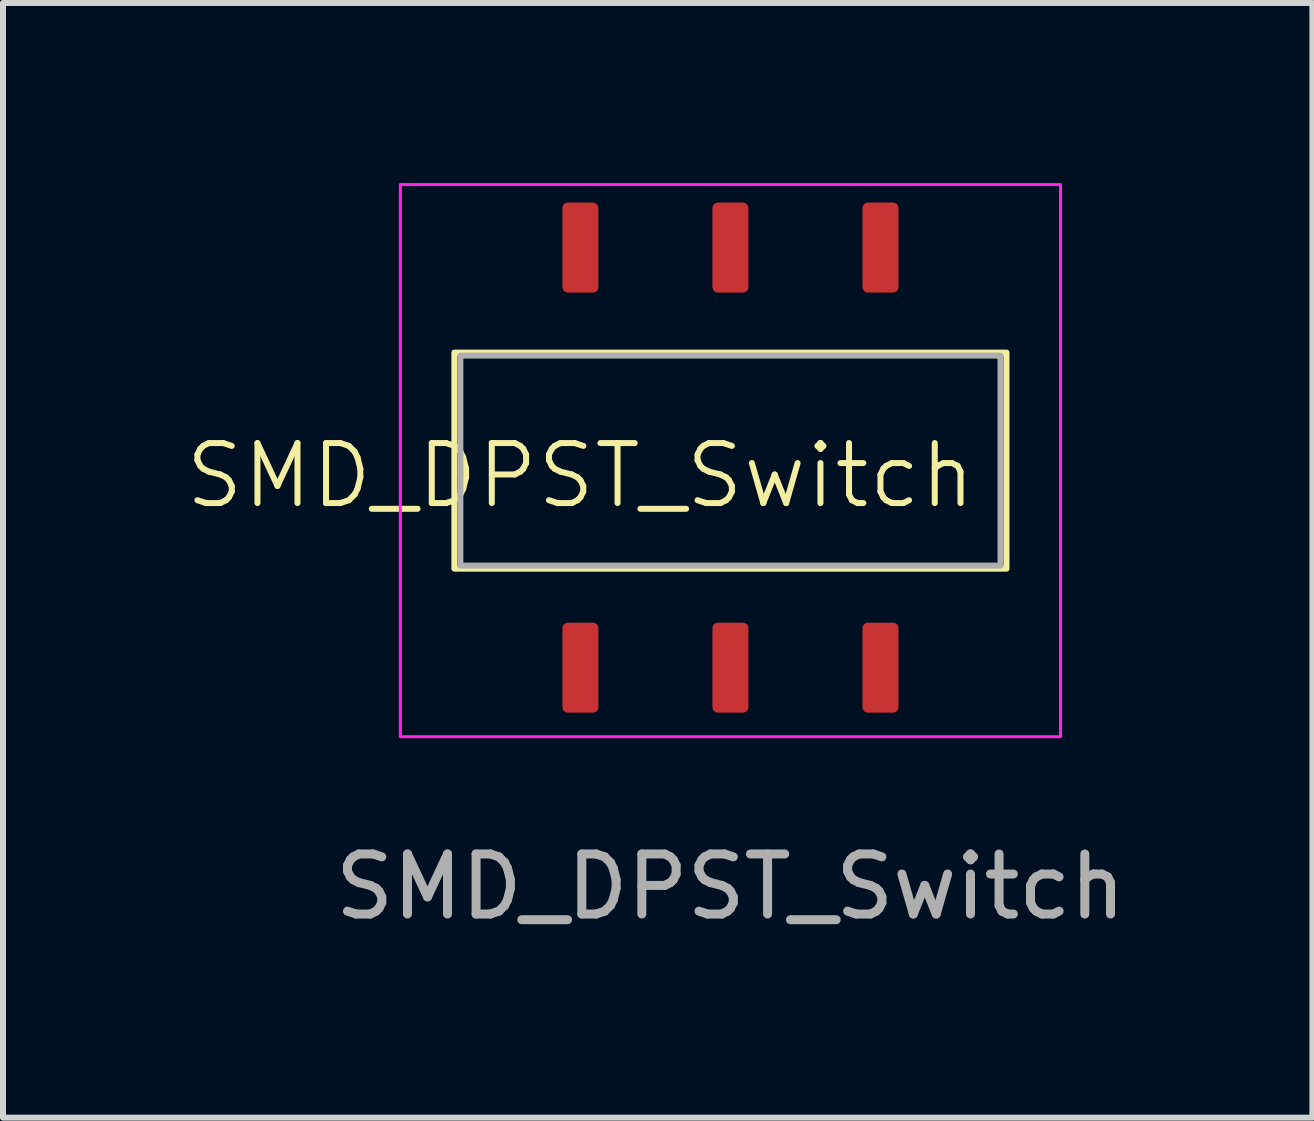
<source format=kicad_pcb>
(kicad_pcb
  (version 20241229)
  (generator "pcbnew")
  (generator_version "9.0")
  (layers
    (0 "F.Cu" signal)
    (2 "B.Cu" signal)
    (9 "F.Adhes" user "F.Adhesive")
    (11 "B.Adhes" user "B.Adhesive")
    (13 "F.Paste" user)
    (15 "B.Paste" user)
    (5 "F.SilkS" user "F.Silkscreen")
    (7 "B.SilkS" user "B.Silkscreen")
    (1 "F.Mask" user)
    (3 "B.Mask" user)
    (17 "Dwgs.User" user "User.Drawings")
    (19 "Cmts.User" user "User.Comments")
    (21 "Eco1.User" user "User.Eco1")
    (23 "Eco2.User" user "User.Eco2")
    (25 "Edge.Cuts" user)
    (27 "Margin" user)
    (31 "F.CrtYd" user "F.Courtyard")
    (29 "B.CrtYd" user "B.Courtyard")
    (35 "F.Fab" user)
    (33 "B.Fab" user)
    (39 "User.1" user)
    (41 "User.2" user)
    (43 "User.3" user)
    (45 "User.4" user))
  (footprint "SMD_DPST_Switch"
    (layer "F.Cu")
    (at 9.121 4.625)
    (property "Reference" "SMD_DPST_Switch" (at -2.5 0.25 0) (unlocked yes) (layer "F.SilkS") (effects (font (size 1 1) (thickness 0.1))))
    (attr smd)
    (fp_rect (start -4.6 -1.8) (end 4.6 1.8) (stroke (width 0.1) (type default)) (fill no) (layer "F.SilkS"))
    (fp_rect (start -5.5 -4.6) (end 5.5 4.6) (stroke (width 0.05) (type solid)) (fill no) (layer "F.CrtYd"))
    (fp_rect (start -4.5 -1.75) (end 4.5 1.75) (stroke (width 0.1) (type solid)) (fill no) (layer "F.Fab"))
    (fp_text user "${REFERENCE}" (at 0 7.1 0) (unlocked yes) (layer "F.Fab") (effects (font (size 1 1) (thickness 0.15))))
    (pad "1" smd roundrect (at -2.5 3.45 90) (size 1.5 0.6) (layers "F.Cu" "F.Mask" "F.Paste") (roundrect_rratio 0.15))
    (pad "2" smd roundrect (at 0 3.45 90) (size 1.5 0.6) (layers "F.Cu" "F.Mask" "F.Paste") (roundrect_rratio 0.15))
    (pad "3" smd roundrect (at 2.5 3.45 90) (size 1.5 0.6) (layers "F.Cu" "F.Mask" "F.Paste") (roundrect_rratio 0.15))
    (pad "4" smd roundrect (at -2.5 -3.55 90) (size 1.5 0.6) (layers "F.Cu" "F.Mask" "F.Paste") (roundrect_rratio 0.15))
    (pad "5" smd roundrect (at 0 -3.55 90) (size 1.5 0.6) (layers "F.Cu" "F.Mask" "F.Paste") (roundrect_rratio 0.15))
    (pad "6" smd roundrect (at 2.5 -3.55 90) (size 1.5 0.6) (layers "F.Cu" "F.Mask" "F.Paste") (roundrect_rratio 0.15)))
  (gr_rect
    (start -3 -3)
    (end 18.818 15.573)
    (stroke (width 0.1) (type default))
    (fill no)
    (layer "Edge.Cuts")))
</source>
